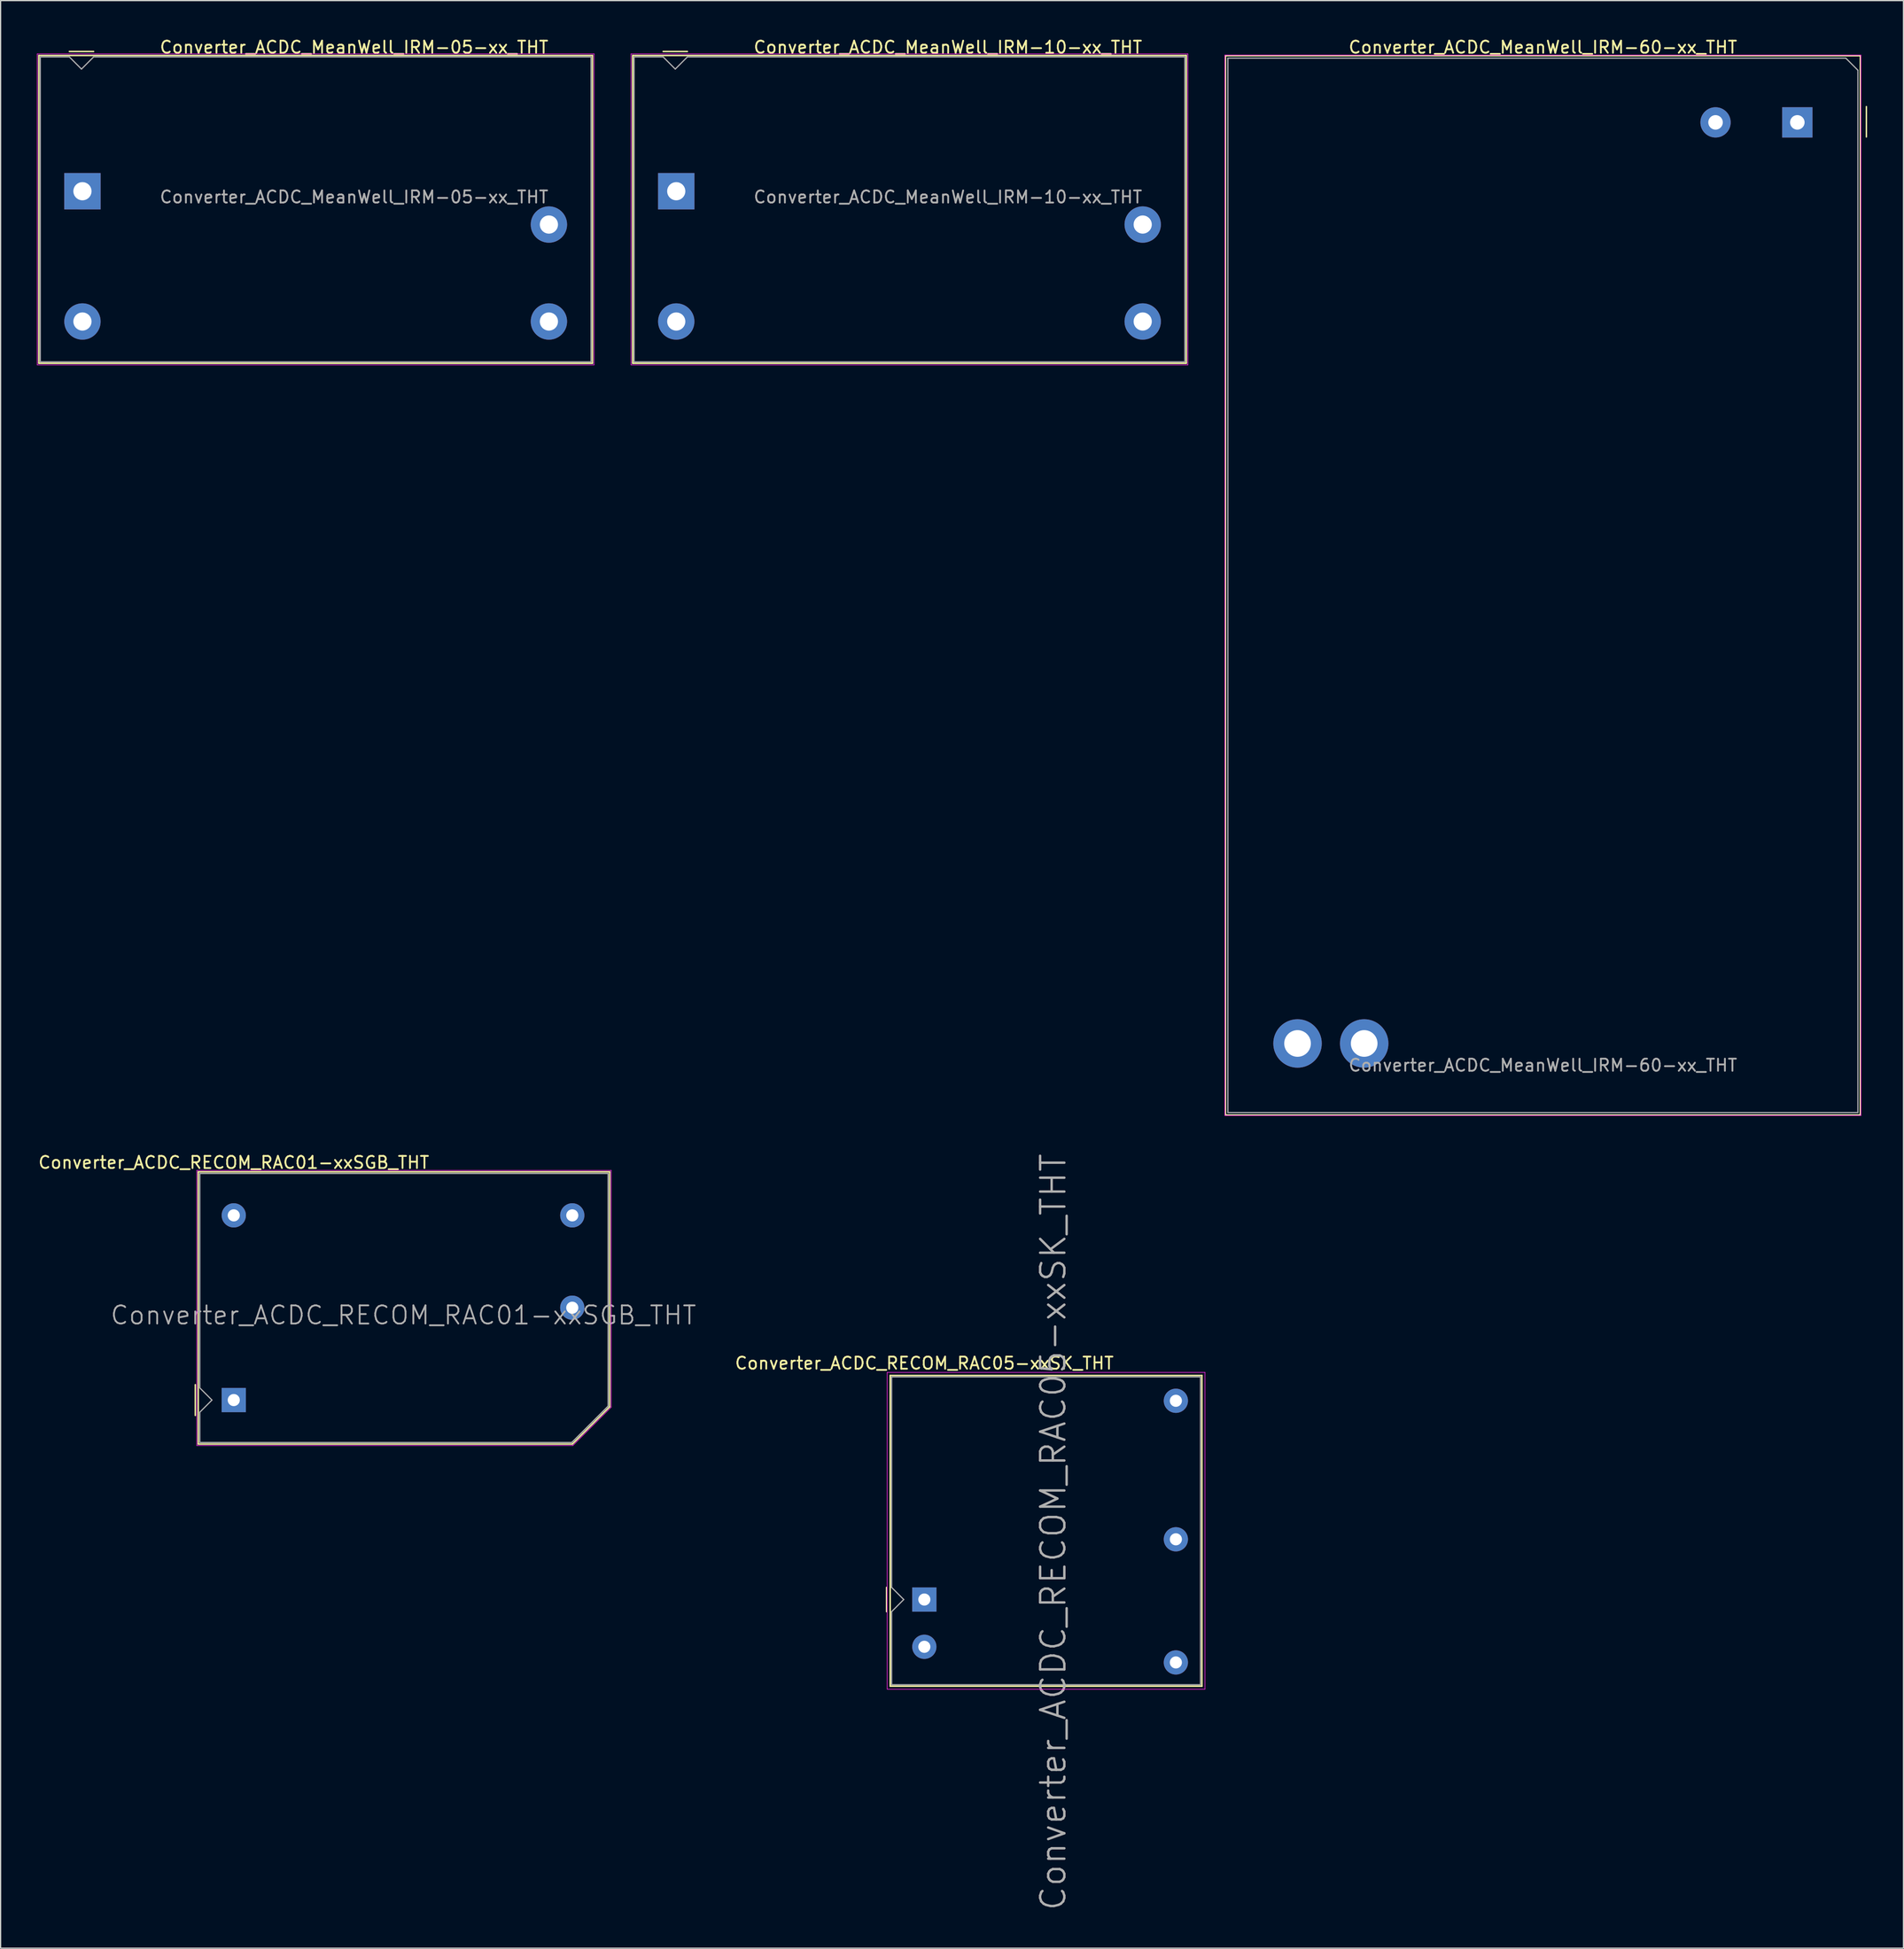
<source format=kicad_pcb>
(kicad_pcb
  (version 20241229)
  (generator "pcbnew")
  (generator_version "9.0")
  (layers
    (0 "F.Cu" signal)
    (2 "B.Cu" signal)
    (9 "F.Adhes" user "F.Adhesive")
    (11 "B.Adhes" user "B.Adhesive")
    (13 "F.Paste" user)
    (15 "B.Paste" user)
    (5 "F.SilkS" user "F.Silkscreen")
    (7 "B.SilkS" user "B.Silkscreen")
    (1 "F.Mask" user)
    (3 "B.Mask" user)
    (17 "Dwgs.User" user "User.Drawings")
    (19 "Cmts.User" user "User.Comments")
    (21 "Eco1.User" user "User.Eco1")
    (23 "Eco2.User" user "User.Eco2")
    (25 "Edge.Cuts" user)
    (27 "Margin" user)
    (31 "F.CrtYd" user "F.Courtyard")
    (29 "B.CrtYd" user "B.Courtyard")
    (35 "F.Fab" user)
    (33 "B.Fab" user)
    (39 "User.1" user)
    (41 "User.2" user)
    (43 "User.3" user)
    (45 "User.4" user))
  (footprint "Converter_ACDC_MeanWell_IRM-10-xx_THT"
    (layer "F.Cu")
    (at 52.765 12.728)
    (property "Reference" "Converter_ACDC_MeanWell_IRM-10-xx_THT" (at 22.42 -11.88 0) (layer "F.SilkS") (effects (font (size 1 1) (thickness 0.15))))
    (attr through_hole)
    (fp_line (start -3.6 -11.2) (end -3.6 14.2) (stroke (width 0.12) (type solid)) (layer "F.SilkS"))
    (fp_line (start -3.6 -11.2) (end 42.1 -11.2) (stroke (width 0.12) (type solid)) (layer "F.SilkS"))
    (fp_line (start -3.6 14.2) (end 42.1 14.2) (stroke (width 0.12) (type solid)) (layer "F.SilkS"))
    (fp_line (start 0.92 -11.53) (end -1.08 -11.53) (stroke (width 0.12) (type solid)) (layer "F.SilkS"))
    (fp_line (start 42.1 -11.2) (end 42.1 14.2) (stroke (width 0.12) (type solid)) (layer "F.SilkS"))
    (fp_line (start -3.73 -11.33) (end -3.73 14.33) (stroke (width 0.05) (type solid)) (layer "F.CrtYd"))
    (fp_line (start -3.73 -11.33) (end 42.23 -11.33) (stroke (width 0.05) (type solid)) (layer "F.CrtYd"))
    (fp_line (start -3.73 14.33) (end 42.23 14.33) (stroke (width 0.05) (type solid)) (layer "F.CrtYd"))
    (fp_line (start 42.23 -11.33) (end 42.23 14.33) (stroke (width 0.05) (type solid)) (layer "F.CrtYd"))
    (fp_line (start -3.48 -11.08) (end -3.48 14.08) (stroke (width 0.1) (type solid)) (layer "F.Fab"))
    (fp_line (start -3.48 14.08) (end 41.98 14.08) (stroke (width 0.1) (type solid)) (layer "F.Fab"))
    (fp_line (start -1.08 -11.08) (end -3.48 -11.08) (stroke (width 0.1) (type solid)) (layer "F.Fab"))
    (fp_line (start -0.08 -10.08) (end -1.08 -11.08) (stroke (width 0.1) (type solid)) (layer "F.Fab"))
    (fp_line (start 0.92 -11.08) (end -0.08 -10.08) (stroke (width 0.1) (type solid)) (layer "F.Fab"))
    (fp_line (start 41.98 -11.08) (end 0.92 -11.08) (stroke (width 0.1) (type solid)) (layer "F.Fab"))
    (fp_line (start 41.98 -11.08) (end 41.98 14.08) (stroke (width 0.1) (type solid)) (layer "F.Fab"))
    (fp_text user "${REFERENCE}" (at 22.42 0.48 0) (layer "F.Fab") (effects (font (size 1 1) (thickness 0.15))))
    (pad "1" thru_hole rect (at 0 0) (size 3 3) (drill 1.5) (layers "*.Cu" "*.Mask"))
    (pad "2" thru_hole circle (at 0 10.75) (size 3 3) (drill 1.5) (layers "*.Cu" "*.Mask"))
    (pad "3" thru_hole circle (at 38.5 10.75) (size 3 3) (drill 1.5) (layers "*.Cu" "*.Mask"))
    (pad "4" thru_hole circle (at 38.5 2.75) (size 3 3) (drill 1.5) (layers "*.Cu" "*.Mask")))
  (footprint "Converter_ACDC_RECOM_RAC01-xxSGB_THT"
    (layer "F.Cu")
    (at 16.244 112.472)
    (property "Reference" "Converter_ACDC_RECOM_RAC01-xxSGB_THT" (at 0 -19.6 180) (layer "F.SilkS") (effects (font (size 1 1) (thickness 0.15))))
    (attr through_hole)
    (fp_line (start -3.175 -1.27) (end -3.175 1.27) (stroke (width 0.12) (type solid)) (layer "F.SilkS"))
    (fp_line (start -2.93 -18.83) (end 31.03 -18.83) (stroke (width 0.12) (type solid)) (layer "F.SilkS"))
    (fp_line (start -2.93 3.63) (end -2.93 -18.83) (stroke (width 0.12) (type solid)) (layer "F.SilkS"))
    (fp_line (start 27.95 3.63) (end -2.93 3.63) (stroke (width 0.12) (type solid)) (layer "F.SilkS"))
    (fp_line (start 27.95 3.63) (end 31.03 0.55) (stroke (width 0.12) (type solid)) (layer "F.SilkS"))
    (fp_line (start 31.03 0.55) (end 31.03 -18.83) (stroke (width 0.12) (type solid)) (layer "F.SilkS"))
    (fp_line (start -3.05 -18.95) (end 31.15 -18.95) (stroke (width 0.05) (type solid)) (layer "F.CrtYd"))
    (fp_line (start -3.05 3.75) (end -3.05 -18.95) (stroke (width 0.05) (type solid)) (layer "F.CrtYd"))
    (fp_line (start 27.99 3.75) (end -3.05 3.75) (stroke (width 0.05) (type solid)) (layer "F.CrtYd"))
    (fp_line (start 31.15 -18.95) (end 31.15 0.59) (stroke (width 0.05) (type solid)) (layer "F.CrtYd"))
    (fp_line (start 31.15 0.59) (end 27.99 3.75) (stroke (width 0.05) (type solid)) (layer "F.CrtYd"))
    (fp_line (start -2.8 -18.7) (end 30.9 -18.7) (stroke (width 0.1) (type solid)) (layer "F.Fab"))
    (fp_line (start -2.8 -1) (end -2.8 -18.7) (stroke (width 0.1) (type solid)) (layer "F.Fab"))
    (fp_line (start -2.8 -1) (end -1.8 0) (stroke (width 0.1) (type solid)) (layer "F.Fab"))
    (fp_line (start -2.8 1) (end -2.8 3.5) (stroke (width 0.1) (type solid)) (layer "F.Fab"))
    (fp_line (start -1.8 0) (end -2.8 1) (stroke (width 0.1) (type solid)) (layer "F.Fab"))
    (fp_line (start 27.9 3.5) (end -2.8 3.5) (stroke (width 0.1) (type solid)) (layer "F.Fab"))
    (fp_line (start 27.9 3.5) (end 30.9 0.5) (stroke (width 0.1) (type solid)) (layer "F.Fab"))
    (fp_line (start 30.9 0.5) (end 30.9 -18.7) (stroke (width 0.1) (type solid)) (layer "F.Fab"))
    (fp_text user "${REFERENCE}" (at 14 -7 0) (layer "F.Fab") (effects (font (size 1.5 1.5) (thickness 0.15))))
    (pad "1" thru_hole rect (at 0 0 180) (size 2 2) (drill 1) (layers "*.Cu" "*.Mask"))
    (pad "2" thru_hole circle (at 0 -15.24 180) (size 2 2) (drill 1) (layers "*.Cu" "*.Mask"))
    (pad "3" thru_hole circle (at 27.94 -15.24 180) (size 2 2) (drill 1) (layers "*.Cu" "*.Mask"))
    (pad "4" thru_hole circle (at 27.94 -7.62 180) (size 2 2) (drill 1) (layers "*.Cu" "*.Mask")))
  (footprint "Converter_ACDC_RECOM_RAC05-xxSK_THT"
    (layer "F.Cu")
    (at 73.242 128.931)
    (property "Reference" "Converter_ACDC_RECOM_RAC05-xxSK_THT" (at 0 -19.5 180) (layer "F.SilkS") (effects (font (size 1 1) (thickness 0.15))))
    (attr through_hole)
    (fp_line (start -3.12 1) (end -3.12 -1) (stroke (width 0.12) (type solid)) (layer "F.SilkS"))
    (fp_line (start -2.82 -18.49) (end 22.91 -18.49) (stroke (width 0.12) (type solid)) (layer "F.SilkS"))
    (fp_line (start -2.82 7.15) (end -2.82 -18.49) (stroke (width 0.12) (type solid)) (layer "F.SilkS"))
    (fp_line (start -2.82 7.15) (end 22.91 7.15) (stroke (width 0.12) (type solid)) (layer "F.SilkS"))
    (fp_line (start 22.91 -18.49) (end 22.91 7.15) (stroke (width 0.12) (type solid)) (layer "F.SilkS"))
    (fp_line (start -3.07 -18.74) (end -3.07 7.4) (stroke (width 0.05) (type solid)) (layer "F.CrtYd"))
    (fp_line (start -3.07 -18.74) (end 23.16 -18.74) (stroke (width 0.05) (type solid)) (layer "F.CrtYd"))
    (fp_line (start 23.16 -18.74) (end 23.16 7.4) (stroke (width 0.05) (type solid)) (layer "F.CrtYd"))
    (fp_line (start 23.16 7.4) (end -3.07 7.4) (stroke (width 0.05) (type solid)) (layer "F.CrtYd"))
    (fp_line (start -2.7 -18.37) (end 22.79 -18.37) (stroke (width 0.1) (type solid)) (layer "F.Fab"))
    (fp_line (start -2.7 -1) (end -2.7 -18.37) (stroke (width 0.1) (type solid)) (layer "F.Fab"))
    (fp_line (start -2.7 -1) (end -1.7 0) (stroke (width 0.1) (type solid)) (layer "F.Fab"))
    (fp_line (start -2.7 1) (end -1.7 0) (stroke (width 0.1) (type solid)) (layer "F.Fab"))
    (fp_line (start -2.7 7.03) (end -2.7 1) (stroke (width 0.1) (type solid)) (layer "F.Fab"))
    (fp_line (start -2.7 7.03) (end 22.79 7.03) (stroke (width 0.1) (type solid)) (layer "F.Fab"))
    (fp_line (start 22.79 -18.37) (end 22.79 7.03) (stroke (width 0.1) (type solid)) (layer "F.Fab"))
    (fp_text user "${REFERENCE}" (at 10.64 -5.57 90) (layer "F.Fab") (effects (font (size 2 2) (thickness 0.2))))
    (pad "1" thru_hole rect (at 0 0 90) (size 2 2) (drill 1) (layers "*.Cu" "*.Mask"))
    (pad "2" thru_hole circle (at 0 3.9 90) (size 2 2) (drill 1) (layers "*.Cu" "*.Mask"))
    (pad "3" thru_hole circle (at 20.76 -16.4 180) (size 2 2) (drill 1) (layers "*.Cu" "*.Mask"))
    (pad "4" thru_hole circle (at 20.76 -4.97 90) (size 2 2) (drill 1) (layers "*.Cu" "*.Mask"))
    (pad "5" thru_hole circle (at 20.76 5.19 90) (size 2 2) (drill 1) (layers "*.Cu" "*.Mask")))
  (footprint "Converter_ACDC_MeanWell_IRM-05-xx_THT"
    (layer "F.Cu")
    (at 3.755 12.728)
    (property "Reference" "Converter_ACDC_MeanWell_IRM-05-xx_THT" (at 22.42 -11.88 0) (layer "F.SilkS") (effects (font (size 1 1) (thickness 0.15))))
    (attr through_hole)
    (fp_line (start -3.6 -11.2) (end -3.6 14.2) (stroke (width 0.12) (type solid)) (layer "F.SilkS"))
    (fp_line (start -3.6 -11.2) (end 42.1 -11.2) (stroke (width 0.12) (type solid)) (layer "F.SilkS"))
    (fp_line (start -3.6 14.2) (end 42.1 14.2) (stroke (width 0.12) (type solid)) (layer "F.SilkS"))
    (fp_line (start 0.92 -11.53) (end -1.08 -11.53) (stroke (width 0.12) (type solid)) (layer "F.SilkS"))
    (fp_line (start 42.1 -11.2) (end 42.1 14.2) (stroke (width 0.12) (type solid)) (layer "F.SilkS"))
    (fp_line (start -3.73 -11.33) (end -3.73 14.33) (stroke (width 0.05) (type solid)) (layer "F.CrtYd"))
    (fp_line (start -3.73 -11.33) (end 42.23 -11.33) (stroke (width 0.05) (type solid)) (layer "F.CrtYd"))
    (fp_line (start -3.73 14.33) (end 42.23 14.33) (stroke (width 0.05) (type solid)) (layer "F.CrtYd"))
    (fp_line (start 42.23 -11.33) (end 42.23 14.33) (stroke (width 0.05) (type solid)) (layer "F.CrtYd"))
    (fp_line (start -3.48 -11.08) (end -3.48 14.08) (stroke (width 0.1) (type solid)) (layer "F.Fab"))
    (fp_line (start -3.48 14.08) (end 41.98 14.08) (stroke (width 0.1) (type solid)) (layer "F.Fab"))
    (fp_line (start -1.08 -11.08) (end -3.48 -11.08) (stroke (width 0.1) (type solid)) (layer "F.Fab"))
    (fp_line (start -0.08 -10.08) (end -1.08 -11.08) (stroke (width 0.1) (type solid)) (layer "F.Fab"))
    (fp_line (start 0.92 -11.08) (end -0.08 -10.08) (stroke (width 0.1) (type solid)) (layer "F.Fab"))
    (fp_line (start 41.98 -11.08) (end 0.92 -11.08) (stroke (width 0.1) (type solid)) (layer "F.Fab"))
    (fp_line (start 41.98 -11.08) (end 41.98 14.08) (stroke (width 0.1) (type solid)) (layer "F.Fab"))
    (fp_text user "${REFERENCE}" (at 22.42 0.48 0) (layer "F.Fab") (effects (font (size 1 1) (thickness 0.15))))
    (pad "1" thru_hole rect (at 0 0) (size 3 3) (drill 1.5) (layers "*.Cu" "*.Mask"))
    (pad "2" thru_hole circle (at 0 10.75) (size 3 3) (drill 1.5) (layers "*.Cu" "*.Mask"))
    (pad "3" thru_hole circle (at 38.5 10.75) (size 3 3) (drill 1.5) (layers "*.Cu" "*.Mask"))
    (pad "4" thru_hole circle (at 38.5 2.75) (size 3 3) (drill 1.5) (layers "*.Cu" "*.Mask")))
  (footprint "Converter_ACDC_MeanWell_IRM-60-xx_THT"
    (layer "F.Cu")
    (at 145.295 7.048)
    (property "Reference" "Converter_ACDC_MeanWell_IRM-60-xx_THT" (at -21 -6.2 0) (layer "F.SilkS") (effects (font (size 1 1) (thickness 0.15))))
    (attr through_hole)
    (fp_line (start -47.2 -5.5) (end -47.2 81.9) (stroke (width 0.12) (type solid)) (layer "F.SilkS"))
    (fp_line (start -47.2 81.9) (end 5.2 81.9) (stroke (width 0.12) (type solid)) (layer "F.SilkS"))
    (fp_line (start 5.2 -5.5) (end -47.2 -5.5) (stroke (width 0.12) (type solid)) (layer "F.SilkS"))
    (fp_line (start 5.2 81.9) (end 5.2 -5.5) (stroke (width 0.12) (type solid)) (layer "F.SilkS"))
    (fp_line (start 5.7 -1.3) (end 5.7 1.2) (stroke (width 0.12) (type solid)) (layer "F.SilkS"))
    (fp_line (start -47.25 -5.55) (end 5.25 -5.55) (stroke (width 0.05) (type solid)) (layer "F.CrtYd"))
    (fp_line (start -47.25 81.95) (end -47.25 -5.55) (stroke (width 0.05) (type solid)) (layer "F.CrtYd"))
    (fp_line (start 5.25 -5.55) (end 5.25 81.95) (stroke (width 0.05) (type solid)) (layer "F.CrtYd"))
    (fp_line (start 5.25 81.95) (end -47.25 81.95) (stroke (width 0.05) (type solid)) (layer "F.CrtYd"))
    (fp_line (start -47 -5.3) (end -47 81.7) (stroke (width 0.1) (type solid)) (layer "F.Fab"))
    (fp_line (start -47 -5.3) (end 4 -5.3) (stroke (width 0.1) (type solid)) (layer "F.Fab"))
    (fp_line (start -47 81.7) (end 5 81.7) (stroke (width 0.1) (type solid)) (layer "F.Fab"))
    (fp_line (start 4 -5.3) (end 5 -4.3) (stroke (width 0.1) (type solid)) (layer "F.Fab"))
    (fp_line (start 5 -4.3) (end 5 81.7) (stroke (width 0.1) (type solid)) (layer "F.Fab"))
    (fp_text user "${REFERENCE}" (at -21 77.8 0) (layer "F.Fab") (effects (font (size 1 1) (thickness 0.15))))
    (pad "1" thru_hole rect (at 0 0 270) (size 2.5 2.5) (drill 1.2) (layers "*.Cu" "*.Mask"))
    (pad "2" thru_hole circle (at -6.75 0 270) (size 2.5 2.5) (drill 1.2) (layers "*.Cu" "*.Mask"))
    (pad "3" thru_hole circle (at -41.25 76 270) (size 4 4) (drill 2.2) (layers "*.Cu" "*.Mask"))
    (pad "4" thru_hole circle (at -35.75 76 270) (size 4 4) (drill 2.2) (layers "*.Cu" "*.Mask")))
  (gr_rect
    (start -3 -3)
    (end 154.055 157.699)
    (stroke (width 0.1) (type default))
    (fill no)
    (layer "Edge.Cuts")))
</source>
